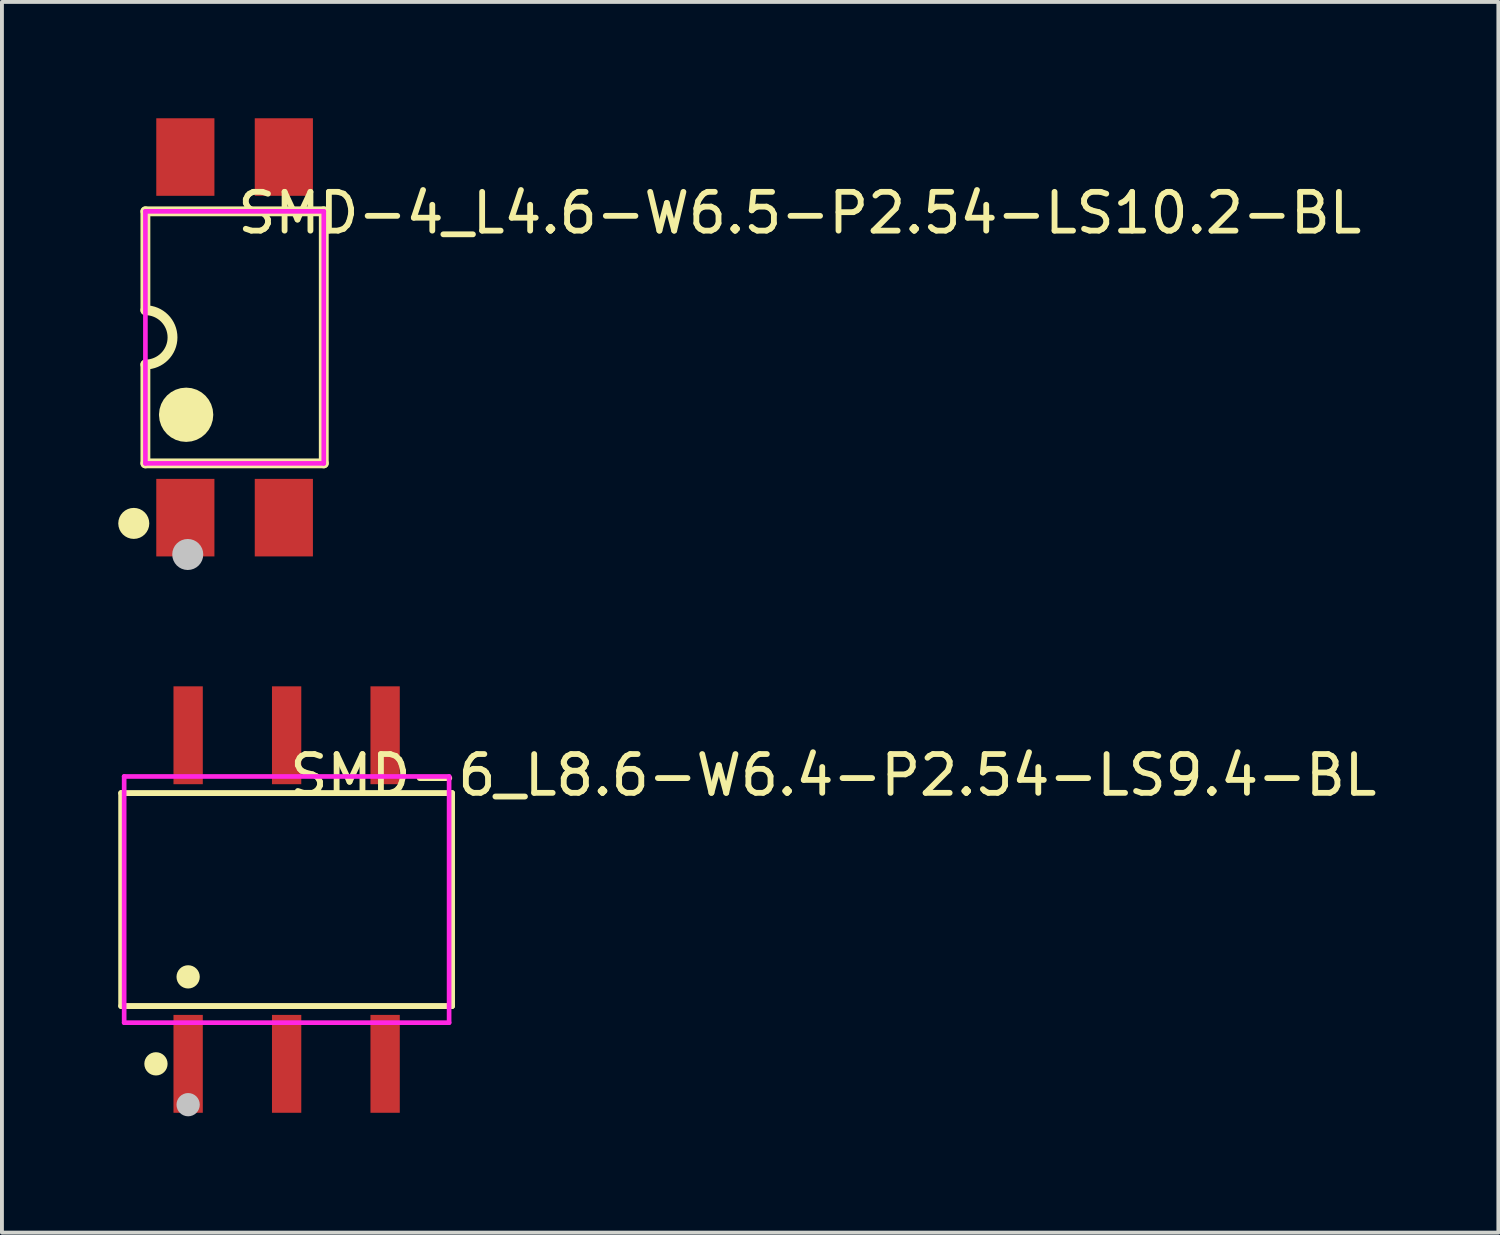
<source format=kicad_pcb>
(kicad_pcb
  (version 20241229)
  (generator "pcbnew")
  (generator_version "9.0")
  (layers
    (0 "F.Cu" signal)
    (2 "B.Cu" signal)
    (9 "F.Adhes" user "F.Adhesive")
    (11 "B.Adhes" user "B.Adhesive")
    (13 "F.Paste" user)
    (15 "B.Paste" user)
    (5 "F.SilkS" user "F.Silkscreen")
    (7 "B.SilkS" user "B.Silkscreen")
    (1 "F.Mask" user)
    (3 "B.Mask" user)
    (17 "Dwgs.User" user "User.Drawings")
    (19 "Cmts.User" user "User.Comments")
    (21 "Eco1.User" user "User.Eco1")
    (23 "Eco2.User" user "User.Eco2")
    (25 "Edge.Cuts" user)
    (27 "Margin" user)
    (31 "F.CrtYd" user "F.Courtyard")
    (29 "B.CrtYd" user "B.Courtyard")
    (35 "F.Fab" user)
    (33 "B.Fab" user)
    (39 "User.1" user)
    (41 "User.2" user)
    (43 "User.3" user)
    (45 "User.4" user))
  (footprint "SMD-6_L8.6-W6.4-P2.54-LS9.4-BL"
    (layer "F.Cu")
    (at 4.342 20.149)
    (property "Reference" "SMD-6_L8.6-W6.4-P2.54-LS9.4-BL" (at 0 -3.207 0) (layer "F.SilkS") (effects (font (size 1 1) (thickness 0.15)) (justify left)))
    (attr through_hole)
    (fp_line (start -4.266 -2.746) (end 4.266 -2.746) (stroke (width 0.152) (type solid)) (layer "F.SilkS"))
    (fp_line (start -4.266 2.746) (end -4.266 -2.746) (stroke (width 0.152) (type solid)) (layer "F.SilkS"))
    (fp_line (start 4.266 -2.746) (end 4.266 2.746) (stroke (width 0.152) (type solid)) (layer "F.SilkS"))
    (fp_line (start 4.266 2.746) (end -4.266 2.746) (stroke (width 0.152) (type solid)) (layer "F.SilkS"))
    (fp_circle (center -3.37 4.237) (end -3.22 4.237) (stroke (width 0.3) (type solid)) (fill no) (layer "F.SilkS"))
    (fp_circle (center -2.54 1.994) (end -2.39 1.994) (stroke (width 0.3) (type solid)) (fill no) (layer "F.SilkS"))
    (fp_circle (center -2.54 5.29) (end -2.39 5.29) (stroke (width 0.3) (type solid)) (fill no) (layer "Dwgs.User"))
    (fp_line (start -2.81 -3.885) (end -2.81 -3.165) (stroke (width 0.12) (type solid)) (layer "Eco2.User"))
    (fp_line (start -2.81 -3.165) (end -2.27 -3.165) (stroke (width 0.12) (type solid)) (layer "Eco2.User"))
    (fp_line (start -2.81 3.165) (end -2.27 3.165) (stroke (width 0.12) (type solid)) (layer "Eco2.User"))
    (fp_line (start -2.81 3.885) (end -2.81 3.165) (stroke (width 0.12) (type solid)) (layer "Eco2.User"))
    (fp_line (start -2.27 -3.885) (end -2.81 -3.885) (stroke (width 0.12) (type solid)) (layer "Eco2.User"))
    (fp_line (start -2.27 -3.165) (end -2.27 -3.885) (stroke (width 0.12) (type solid)) (layer "Eco2.User"))
    (fp_line (start -2.27 3.165) (end -2.27 3.885) (stroke (width 0.12) (type solid)) (layer "Eco2.User"))
    (fp_line (start -2.27 3.885) (end -2.81 3.885) (stroke (width 0.12) (type solid)) (layer "Eco2.User"))
    (fp_line (start -0.27 -3.885) (end -0.27 -3.165) (stroke (width 0.12) (type solid)) (layer "Eco2.User"))
    (fp_line (start -0.27 -3.165) (end 0.27 -3.165) (stroke (width 0.12) (type solid)) (layer "Eco2.User"))
    (fp_line (start -0.27 3.165) (end 0.27 3.165) (stroke (width 0.12) (type solid)) (layer "Eco2.User"))
    (fp_line (start -0.27 3.885) (end -0.27 3.165) (stroke (width 0.12) (type solid)) (layer "Eco2.User"))
    (fp_line (start 0.27 -3.885) (end -0.27 -3.885) (stroke (width 0.12) (type solid)) (layer "Eco2.User"))
    (fp_line (start 0.27 -3.165) (end 0.27 -3.885) (stroke (width 0.12) (type solid)) (layer "Eco2.User"))
    (fp_line (start 0.27 3.165) (end 0.27 3.885) (stroke (width 0.12) (type solid)) (layer "Eco2.User"))
    (fp_line (start 0.27 3.885) (end -0.27 3.885) (stroke (width 0.12) (type solid)) (layer "Eco2.User"))
    (fp_line (start 2.27 -3.885) (end 2.27 -3.165) (stroke (width 0.12) (type solid)) (layer "Eco2.User"))
    (fp_line (start 2.27 -3.165) (end 2.81 -3.165) (stroke (width 0.12) (type solid)) (layer "Eco2.User"))
    (fp_line (start 2.27 3.165) (end 2.81 3.165) (stroke (width 0.12) (type solid)) (layer "Eco2.User"))
    (fp_line (start 2.27 3.885) (end 2.27 3.165) (stroke (width 0.12) (type solid)) (layer "Eco2.User"))
    (fp_line (start 2.81 -3.885) (end 2.27 -3.885) (stroke (width 0.12) (type solid)) (layer "Eco2.User"))
    (fp_line (start 2.81 -3.165) (end 2.81 -3.885) (stroke (width 0.12) (type solid)) (layer "Eco2.User"))
    (fp_line (start 2.81 3.165) (end 2.81 3.885) (stroke (width 0.12) (type solid)) (layer "Eco2.User"))
    (fp_line (start 2.81 3.885) (end 2.27 3.885) (stroke (width 0.12) (type solid)) (layer "Eco2.User"))
    (fp_circle (center -4.19 4.89) (end -4.16 4.89) (stroke (width 0.06) (type solid)) (fill no) (layer "Eco2.User"))
    (fp_poly (pts (xy -2.81 -4.89) (xy -2.81 -3.875) (xy -2.27 -3.875) (xy -2.27 -4.89)) (stroke (width 0.12) (type solid)) (fill no) (layer "Eco2.User"))
    (fp_poly (pts (xy -2.81 4.89) (xy -2.81 3.875) (xy -2.27 3.875) (xy -2.27 4.89)) (stroke (width 0.12) (type solid)) (fill no) (layer "Eco2.User"))
    (fp_poly (pts (xy -0.27 -4.89) (xy -0.27 -3.875) (xy 0.27 -3.875) (xy 0.27 -4.89)) (stroke (width 0.12) (type solid)) (fill no) (layer "Eco2.User"))
    (fp_poly (pts (xy -0.27 4.89) (xy -0.27 3.875) (xy 0.27 3.875) (xy 0.27 4.89)) (stroke (width 0.12) (type solid)) (fill no) (layer "Eco2.User"))
    (fp_poly (pts (xy 2.27 -4.89) (xy 2.27 -3.875) (xy 2.81 -3.875) (xy 2.81 -4.89)) (stroke (width 0.12) (type solid)) (fill no) (layer "Eco2.User"))
    (fp_poly (pts (xy 2.27 4.89) (xy 2.27 3.875) (xy 2.81 3.875) (xy 2.81 4.89)) (stroke (width 0.12) (type solid)) (fill no) (layer "Eco2.User"))
    (fp_line (start -4.19 -3.175) (end 4.19 -3.175) (stroke (width 0.12) (type solid)) (layer "F.CrtYd"))
    (fp_line (start -4.19 3.175) (end -4.19 -3.175) (stroke (width 0.12) (type solid)) (layer "F.CrtYd"))
    (fp_line (start 4.19 -3.175) (end 4.19 3.175) (stroke (width 0.12) (type solid)) (layer "F.CrtYd"))
    (fp_line (start 4.19 3.175) (end -4.19 3.175) (stroke (width 0.12) (type solid)) (layer "F.CrtYd"))
    (pad "1" smd rect (at -2.54 4.237) (size 0.756 2.524) (layers "F.Cu" "F.Mask" "F.Paste"))
    (pad "2" smd rect (at 0 4.237) (size 0.756 2.524) (layers "F.Cu" "F.Mask" "F.Paste"))
    (pad "3" smd rect (at 2.54 4.237) (size 0.756 2.524) (layers "F.Cu" "F.Mask" "F.Paste"))
    (pad "4" smd rect (at 2.54 -4.237) (size 0.756 2.524) (layers "F.Cu" "F.Mask" "F.Paste"))
    (pad "5" smd rect (at 0 -4.237) (size 0.756 2.524) (layers "F.Cu" "F.Mask" "F.Paste"))
    (pad "6" smd rect (at -2.54 -4.237) (size 0.756 2.524) (layers "F.Cu" "F.Mask" "F.Paste")))
  (footprint "SMD-4_L4.6-W6.5-P2.54-LS10.2-BL"
    (layer "F.Cu")
    (at 3 5.65)
    (property "Reference" "SMD-4_L4.6-W6.5-P2.54-LS10.2-BL" (at 0 -3.207 0) (layer "F.SilkS") (effects (font (size 1 1) (thickness 0.15)) (justify left)))
    (attr through_hole)
    (fp_line (start -2.3 -3.25) (end -2.3 -0.7) (stroke (width 0.254) (type solid)) (layer "F.SilkS"))
    (fp_line (start -2.3 -3.25) (end 2.3 -3.25) (stroke (width 0.254) (type solid)) (layer "F.SilkS"))
    (fp_line (start -2.3 3.25) (end -2.3 0.7) (stroke (width 0.254) (type solid)) (layer "F.SilkS"))
    (fp_line (start 2.3 -3.25) (end 2.3 3.25) (stroke (width 0.254) (type solid)) (layer "F.SilkS"))
    (fp_line (start 2.3 3.25) (end -2.3 3.25) (stroke (width 0.254) (type solid)) (layer "F.SilkS"))
    (fp_arc (start -2.8 4.797) (mid -2.399991 4.79973) (end -2.800009 4.79954) (stroke (width 0.4) (type solid)) (layer "F.SilkS"))
    (fp_arc (start -2.301 -0.699) (mid -1.601 0.001) (end -2.301 0.701) (stroke (width 0.254) (type solid)) (layer "F.SilkS"))
    (fp_arc (start -1.6 1.994) (mid -0.899995 1.99546) (end -1.599992 1.99908) (stroke (width 0.7) (type solid)) (layer "F.SilkS"))
    (fp_circle (center -1.208 5.6) (end -1.008 5.6) (stroke (width 0.4) (type solid)) (fill no) (layer "Dwgs.User"))
    (fp_line (start -1.52 -4.51) (end -1.02 -4.51) (stroke (width 0.12) (type solid)) (layer "Eco2.User"))
    (fp_line (start -1.52 -3.19) (end -1.52 -4.51) (stroke (width 0.12) (type solid)) (layer "Eco2.User"))
    (fp_line (start -1.52 3.19) (end -1.02 3.19) (stroke (width 0.12) (type solid)) (layer "Eco2.User"))
    (fp_line (start -1.52 4.51) (end -1.52 3.19) (stroke (width 0.12) (type solid)) (layer "Eco2.User"))
    (fp_line (start -1.02 -4.51) (end -1.02 -3.19) (stroke (width 0.12) (type solid)) (layer "Eco2.User"))
    (fp_line (start -1.02 -3.19) (end -1.52 -3.19) (stroke (width 0.12) (type solid)) (layer "Eco2.User"))
    (fp_line (start -1.02 3.19) (end -1.02 4.51) (stroke (width 0.12) (type solid)) (layer "Eco2.User"))
    (fp_line (start -1.02 4.51) (end -1.52 4.51) (stroke (width 0.12) (type solid)) (layer "Eco2.User"))
    (fp_line (start 1.02 -4.51) (end 1.52 -4.51) (stroke (width 0.12) (type solid)) (layer "Eco2.User"))
    (fp_line (start 1.02 -3.19) (end 1.02 -4.51) (stroke (width 0.12) (type solid)) (layer "Eco2.User"))
    (fp_line (start 1.02 3.19) (end 1.52 3.19) (stroke (width 0.12) (type solid)) (layer "Eco2.User"))
    (fp_line (start 1.02 4.51) (end 1.02 3.19) (stroke (width 0.12) (type solid)) (layer "Eco2.User"))
    (fp_line (start 1.52 -4.51) (end 1.52 -3.19) (stroke (width 0.12) (type solid)) (layer "Eco2.User"))
    (fp_line (start 1.52 -3.19) (end 1.02 -3.19) (stroke (width 0.12) (type solid)) (layer "Eco2.User"))
    (fp_line (start 1.52 3.19) (end 1.52 4.51) (stroke (width 0.12) (type solid)) (layer "Eco2.User"))
    (fp_line (start 1.52 4.51) (end 1.02 4.51) (stroke (width 0.12) (type solid)) (layer "Eco2.User"))
    (fp_circle (center -2.173 4.873) (end -2.046 4.873) (stroke (width 0.254) (type solid)) (fill no) (layer "Eco2.User"))
    (fp_poly (pts (xy -1.52 -4.5) (xy -1.52 -5) (xy -1.02 -5) (xy -1.02 -4.5)) (stroke (width 0.12) (type solid)) (fill no) (layer "Eco2.User"))
    (fp_poly (pts (xy -1.52 5) (xy -1.52 4.5) (xy -1.02 4.5) (xy -1.02 5)) (stroke (width 0.12) (type solid)) (fill no) (layer "Eco2.User"))
    (fp_poly (pts (xy 1.02 -4.5) (xy 1.02 -5) (xy 1.52 -5) (xy 1.52 -4.5)) (stroke (width 0.12) (type solid)) (fill no) (layer "Eco2.User"))
    (fp_poly (pts (xy 1.02 5) (xy 1.02 4.5) (xy 1.52 4.5) (xy 1.52 5)) (stroke (width 0.12) (type solid)) (fill no) (layer "Eco2.User"))
    (fp_line (start -2.3 -3.25) (end 2.3 -3.25) (stroke (width 0.12) (type solid)) (layer "F.CrtYd"))
    (fp_line (start -2.3 3.25) (end -2.3 -3.25) (stroke (width 0.12) (type solid)) (layer "F.CrtYd"))
    (fp_line (start 2.3 -3.25) (end 2.3 3.25) (stroke (width 0.12) (type solid)) (layer "F.CrtYd"))
    (fp_line (start 2.3 3.25) (end -2.3 3.25) (stroke (width 0.12) (type solid)) (layer "F.CrtYd"))
    (pad "1" smd rect (at -1.27 4.65 180) (size 1.5 2) (layers "F.Cu" "F.Mask" "F.Paste"))
    (pad "2" smd rect (at 1.27 4.65 180) (size 1.5 2) (layers "F.Cu" "F.Mask" "F.Paste"))
    (pad "3" smd rect (at 1.27 -4.65 180) (size 1.5 2) (layers "F.Cu" "F.Mask" "F.Paste"))
    (pad "4" smd rect (at -1.27 -4.65 180) (size 1.5 2) (layers "F.Cu" "F.Mask" "F.Paste")))
  (gr_rect
    (start -3 -3)
    (end 35.592 28.739)
    (stroke (width 0.1) (type default))
    (fill no)
    (layer "Edge.Cuts")))
</source>
